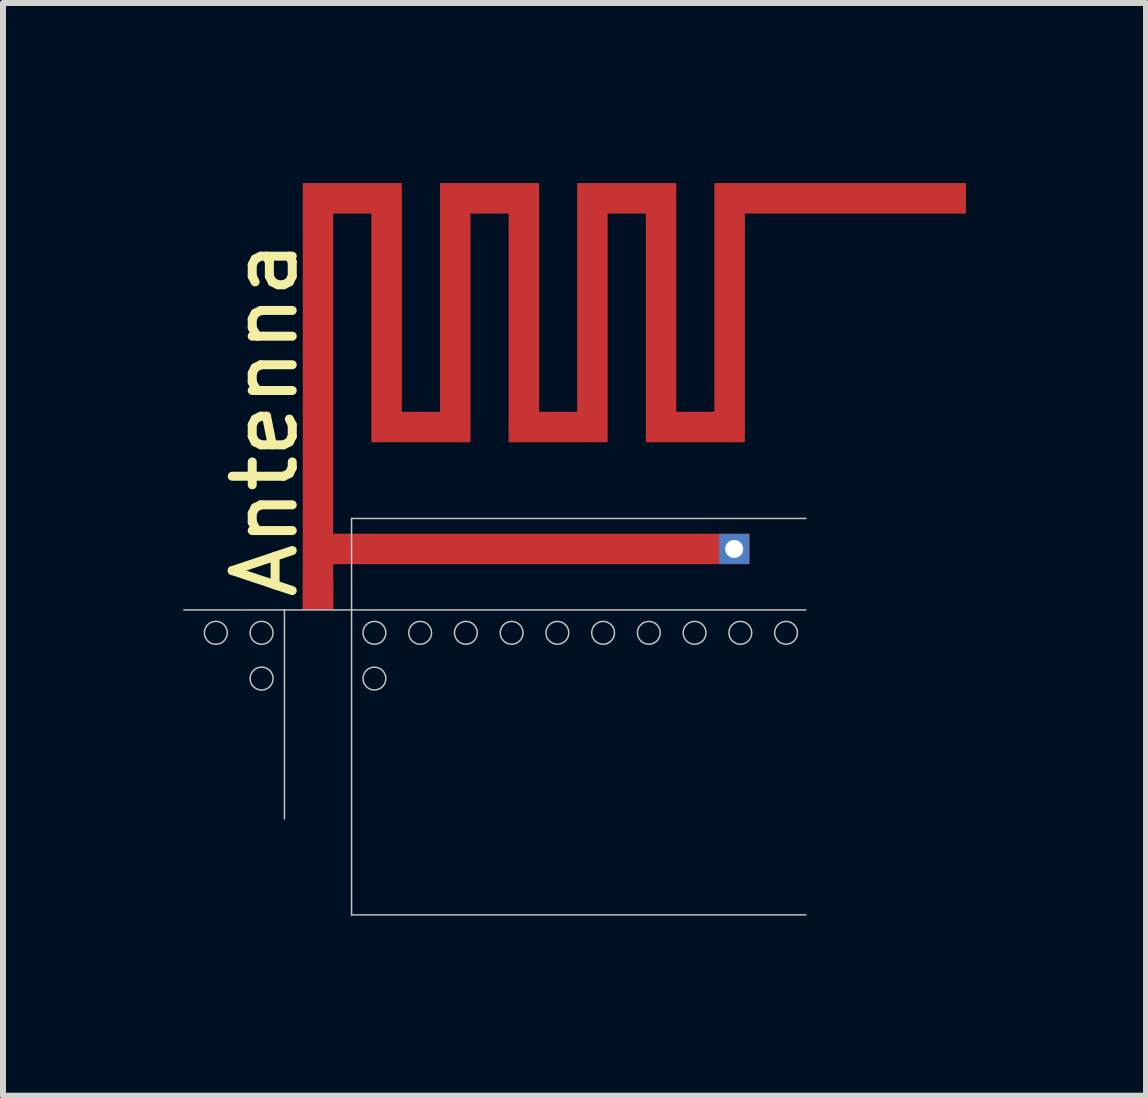
<source format=kicad_pcb>
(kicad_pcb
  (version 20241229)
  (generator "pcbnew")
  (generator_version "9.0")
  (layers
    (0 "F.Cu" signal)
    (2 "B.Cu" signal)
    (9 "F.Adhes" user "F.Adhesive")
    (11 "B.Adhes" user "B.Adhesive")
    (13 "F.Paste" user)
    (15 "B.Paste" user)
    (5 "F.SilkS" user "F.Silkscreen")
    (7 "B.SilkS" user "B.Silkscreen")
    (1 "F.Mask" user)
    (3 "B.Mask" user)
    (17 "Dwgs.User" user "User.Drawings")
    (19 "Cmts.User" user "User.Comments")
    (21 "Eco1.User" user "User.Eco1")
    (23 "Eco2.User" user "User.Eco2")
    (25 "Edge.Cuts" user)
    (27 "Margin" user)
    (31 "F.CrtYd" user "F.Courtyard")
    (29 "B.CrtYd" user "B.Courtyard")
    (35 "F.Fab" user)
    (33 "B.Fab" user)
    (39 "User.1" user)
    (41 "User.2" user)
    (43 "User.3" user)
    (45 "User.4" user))
  (footprint "Antenna"
    (layer "F.Cu")
    (at 1.994 7.112)
    (property "Reference" "Antenna" (at -0.63 -3.18 90) (layer "F.SilkS") (effects (font (size 1 1) (thickness 0.15))))
    (attr smd)
    (fp_poly (pts (xy 11.049 -6.604) (xy 7.366 -6.604) (xy 7.366 -2.794) (xy 5.715 -2.794) (xy 5.715 -6.604) (xy 5.08 -6.604) (xy 5.08 -2.794) (xy 3.429 -2.794) (xy 3.429 -6.604) (xy 2.794 -6.604) (xy 2.794 -2.794) (xy 1.143 -2.794) (xy 1.143 -6.604) (xy 0.508 -6.604) (xy 0.508 -1.27) (xy 7.442 -1.27) (xy 7.442 -0.762) (xy 0.508 -0.762) (xy 0.508 0) (xy 0 0) (xy 0 -7.112) (xy 1.651 -7.112) (xy 1.651 -3.302) (xy 2.286 -3.302) (xy 2.286 -7.112) (xy 3.937 -7.112) (xy 3.937 -3.302) (xy 4.572 -3.302) (xy 4.572 -7.112) (xy 6.223 -7.112) (xy 6.223 -3.302) (xy 6.858 -3.302) (xy 6.858 -7.112) (xy 11.049 -7.112)) (stroke (width 0) (type solid)) (fill yes) (layer "F.Cu"))
    (fp_poly (pts (xy 11.049 -6.604) (xy 7.366 -6.604) (xy 7.366 -2.794) (xy 5.715 -2.794) (xy 5.715 -6.604) (xy 5.08 -6.604) (xy 5.08 -2.794) (xy 3.429 -2.794) (xy 3.429 -6.604) (xy 2.794 -6.604) (xy 2.794 -2.794) (xy 1.143 -2.794) (xy 1.143 -6.604) (xy 0.508 -6.604) (xy 0.508 -1.27) (xy 7.442 -1.27) (xy 7.442 -0.762) (xy 0.508 -0.762) (xy 0.508 0) (xy 0 0) (xy 0 -7.112) (xy 1.651 -7.112) (xy 1.651 -3.302) (xy 2.286 -3.302) (xy 2.286 -7.112) (xy 3.937 -7.112) (xy 3.937 -3.302) (xy 4.572 -3.302) (xy 4.572 -7.112) (xy 6.223 -7.112) (xy 6.223 -3.302) (xy 6.858 -3.302) (xy 6.858 -7.112) (xy 11.049 -7.112)) (stroke (width 0) (type solid)) (fill yes) (layer "F.Mask"))
    (fp_line (start -0.305 3.48) (end -0.305 0) (stroke (width 0.025) (type solid)) (layer "Dwgs.User"))
    (fp_line (start 0.813 -1.524) (end 8.382 -1.524) (stroke (width 0.025) (type solid)) (layer "Dwgs.User"))
    (fp_line (start 0.813 0) (end -1.981 0) (stroke (width 0.025) (type solid)) (layer "Dwgs.User"))
    (fp_line (start 0.813 0) (end 0.813 -1.524) (stroke (width 0.025) (type solid)) (layer "Dwgs.User"))
    (fp_line (start 0.813 0) (end 0.813 5.08) (stroke (width 0.025) (type solid)) (layer "Dwgs.User"))
    (fp_line (start 0.813 0) (end 8.382 0) (stroke (width 0.025) (type solid)) (layer "Dwgs.User"))
    (fp_line (start 0.813 5.08) (end 8.382 5.08) (stroke (width 0.025) (type solid)) (layer "Dwgs.User"))
    (fp_circle (center -1.448 0.381) (end -1.257 0.381) (stroke (width 0.025) (type solid)) (fill no) (layer "Dwgs.User"))
    (fp_circle (center -0.686 0.381) (end -0.495 0.381) (stroke (width 0.025) (type solid)) (fill no) (layer "Dwgs.User"))
    (fp_circle (center -0.686 1.143) (end -0.495 1.143) (stroke (width 0.025) (type solid)) (fill no) (layer "Dwgs.User"))
    (fp_circle (center 1.194 0.381) (end 1.384 0.381) (stroke (width 0.025) (type solid)) (fill no) (layer "Dwgs.User"))
    (fp_circle (center 1.194 1.143) (end 1.384 1.143) (stroke (width 0.025) (type solid)) (fill no) (layer "Dwgs.User"))
    (fp_circle (center 1.956 0.381) (end 2.146 0.381) (stroke (width 0.025) (type solid)) (fill no) (layer "Dwgs.User"))
    (fp_circle (center 2.718 0.381) (end 2.908 0.381) (stroke (width 0.025) (type solid)) (fill no) (layer "Dwgs.User"))
    (fp_circle (center 3.48 0.381) (end 3.67 0.381) (stroke (width 0.025) (type solid)) (fill no) (layer "Dwgs.User"))
    (fp_circle (center 4.242 0.381) (end 4.432 0.381) (stroke (width 0.025) (type solid)) (fill no) (layer "Dwgs.User"))
    (fp_circle (center 5.004 0.381) (end 5.194 0.381) (stroke (width 0.025) (type solid)) (fill no) (layer "Dwgs.User"))
    (fp_circle (center 5.766 0.381) (end 5.956 0.381) (stroke (width 0.025) (type solid)) (fill no) (layer "Dwgs.User"))
    (fp_circle (center 6.528 0.381) (end 6.718 0.381) (stroke (width 0.025) (type solid)) (fill no) (layer "Dwgs.User"))
    (fp_circle (center 7.29 0.381) (end 7.48 0.381) (stroke (width 0.025) (type solid)) (fill no) (layer "Dwgs.User"))
    (fp_circle (center 8.052 0.381) (end 8.242 0.381) (stroke (width 0.025) (type solid)) (fill no) (layer "Dwgs.User"))
    (pad "1" smd rect (at 0.254 -0.254) (size 0.508 0.508) (layers "F.Cu" "F.Mask" "F.Paste"))
    (pad "2" thru_hole rect (at 7.188 -1.016) (size 0.5 0.5) (drill 0.3) (layers "*.Cu")))
  (gr_rect
    (start -3 -3)
    (end 16.043 15.205)
    (stroke (width 0.1) (type default))
    (fill no)
    (layer "Edge.Cuts")))
</source>
